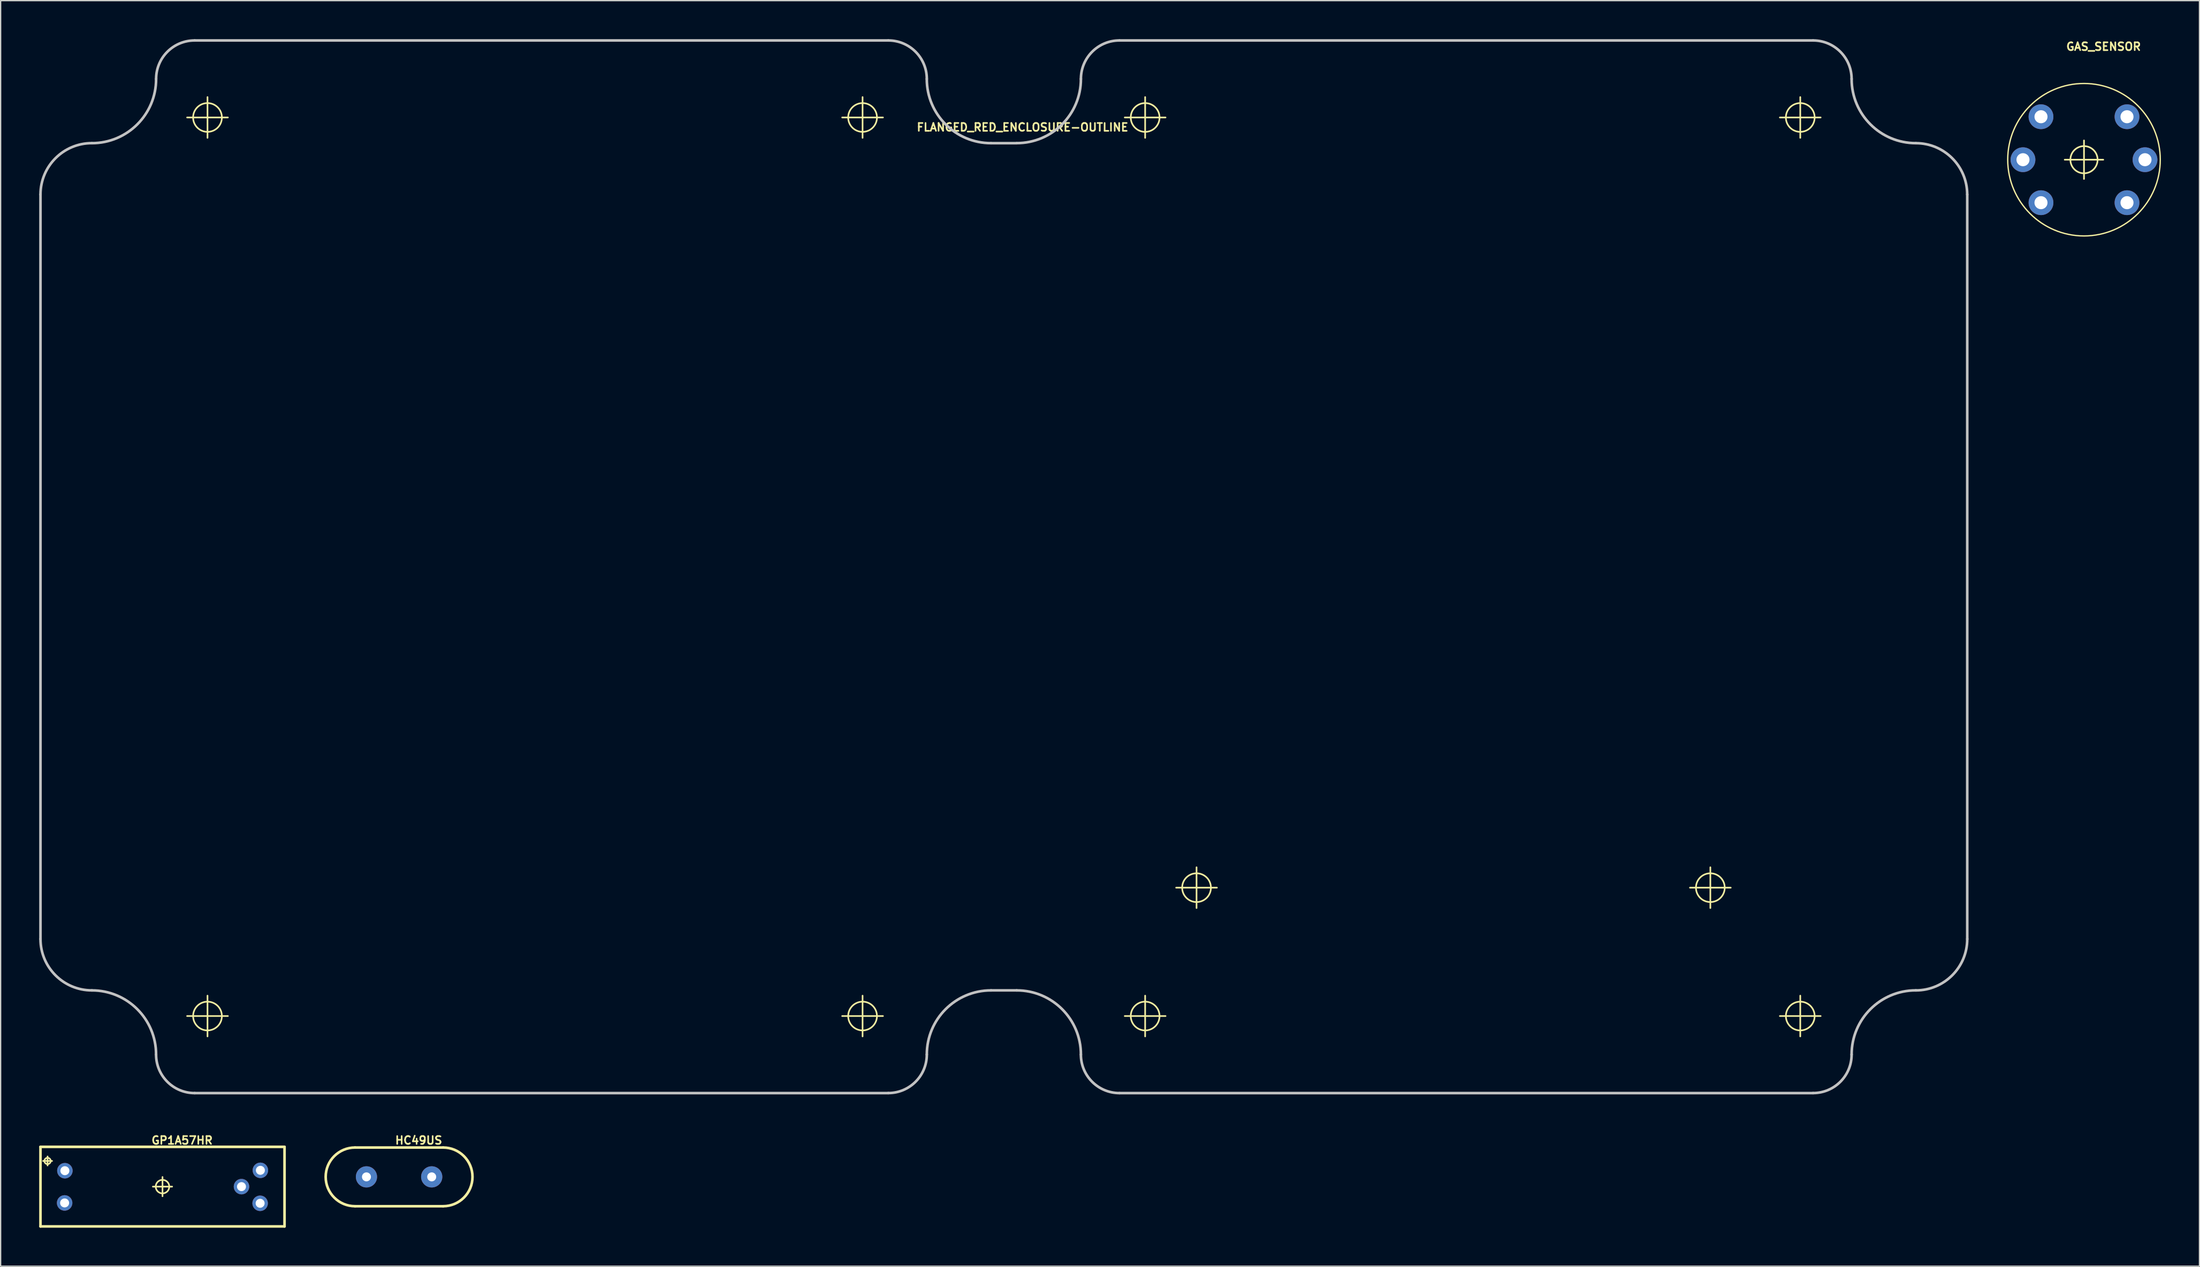
<source format=kicad_pcb>
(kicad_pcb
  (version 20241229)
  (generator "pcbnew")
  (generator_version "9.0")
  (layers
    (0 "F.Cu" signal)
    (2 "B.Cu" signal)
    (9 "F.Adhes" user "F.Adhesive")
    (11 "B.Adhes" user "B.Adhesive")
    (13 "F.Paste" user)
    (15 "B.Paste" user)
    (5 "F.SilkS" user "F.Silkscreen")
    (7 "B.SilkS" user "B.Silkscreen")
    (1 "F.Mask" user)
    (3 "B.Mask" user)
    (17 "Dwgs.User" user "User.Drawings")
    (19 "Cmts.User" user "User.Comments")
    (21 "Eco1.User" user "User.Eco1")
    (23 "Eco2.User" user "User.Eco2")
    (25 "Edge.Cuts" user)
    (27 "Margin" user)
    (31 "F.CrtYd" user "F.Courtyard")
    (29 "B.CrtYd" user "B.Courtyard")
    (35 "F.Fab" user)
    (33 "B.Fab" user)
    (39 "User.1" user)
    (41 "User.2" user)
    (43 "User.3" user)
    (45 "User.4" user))
  (footprint "GP1A57HR"
    (layer "F.Cu")
    (at 9.601 89.386)
    (property "Reference" "GP1A57HR" (at 1.524 -3.604 0) (layer "F.SilkS") (effects (font (size 0.61 0.61) (thickness 0.127))))
    (attr exclude_from_pos_files exclude_from_bom)
    (fp_line (start -9.5 -3.099) (end 9.5 -3.099) (stroke (width 0.203) (type solid)) (layer "F.SilkS"))
    (fp_line (start -9.5 3.099) (end -9.5 -3.099) (stroke (width 0.203) (type solid)) (layer "F.SilkS"))
    (fp_line (start -9.299 -1.999) (end -8.598 -1.999) (stroke (width 0.127) (type solid)) (layer "F.SilkS"))
    (fp_line (start -8.948 -1.648) (end -8.948 -2.349) (stroke (width 0.127) (type solid)) (layer "F.SilkS"))
    (fp_line (start -0.749 0) (end 0.749 0) (stroke (width 0.127) (type solid)) (layer "F.SilkS"))
    (fp_line (start 0 0.749) (end 0 -0.749) (stroke (width 0.127) (type solid)) (layer "F.SilkS"))
    (fp_line (start 9.5 -3.099) (end 9.5 3.099) (stroke (width 0.203) (type solid)) (layer "F.SilkS"))
    (fp_line (start 9.5 3.099) (end -9.5 3.099) (stroke (width 0.203) (type solid)) (layer "F.SilkS"))
    (fp_circle (center -8.948 -1.999) (end -9.121 -2.172) (stroke (width 0.127) (type solid)) (fill no) (layer "F.SilkS"))
    (fp_circle (center 0 0) (end -0.373 0.373) (stroke (width 0.127) (type solid)) (fill no) (layer "F.SilkS"))
    (pad "1" thru_hole circle (at -7.6 -1.24) (size 1.206 1.206) (drill 0.699) (layers "*.Cu" "*.Paste" "*.Mask"))
    (pad "2" thru_hole circle (at -7.62 1.27) (size 1.206 1.206) (drill 0.699) (layers "*.Cu" "*.Paste" "*.Mask"))
    (pad "3" thru_hole circle (at 7.6 1.298) (size 1.206 1.206) (drill 0.699) (layers "*.Cu" "*.Paste" "*.Mask"))
    (pad "4" thru_hole circle (at 6.149 0) (size 1.206 1.206) (drill 0.699) (layers "*.Cu" "*.Paste" "*.Mask"))
    (pad "5" thru_hole circle (at 7.62 -1.27) (size 1.206 1.206) (drill 0.699) (layers "*.Cu" "*.Paste" "*.Mask")))
  (footprint "HC49US"
    (layer "F.Cu")
    (at 28.019 88.626)
    (property "Reference" "HC49US" (at 1.524 -2.845 0) (layer "F.SilkS") (effects (font (size 0.61 0.61) (thickness 0.127))))
    (attr exclude_from_pos_files exclude_from_bom)
    (fp_line (start -3.429 2.286) (end 3.429 2.286) (stroke (width 0.203) (type solid)) (layer "F.SilkS"))
    (fp_line (start 3.429 -2.286) (end -3.429 -2.286) (stroke (width 0.203) (type solid)) (layer "F.SilkS"))
    (fp_arc (start -3.429 2.286) (mid -5.715 0) (end -3.429 -2.286) (stroke (width 0.2032) (type solid)) (layer "F.SilkS"))
    (fp_arc (start 3.429 -2.286) (mid 5.715 0) (end 3.429 2.286) (stroke (width 0.2032) (type solid)) (layer "F.SilkS"))
    (pad "1" thru_hole circle (at -2.54 0) (size 1.651 1.651) (drill 0.699) (layers "*.Cu" "*.Paste" "*.Mask"))
    (pad "2" thru_hole circle (at 2.54 0) (size 1.651 1.651) (drill 0.699) (layers "*.Cu" "*.Paste" "*.Mask")))
  (footprint "GAS_SENSOR"
    (layer "F.Cu")
    (at 159.191 9.391)
    (property "Reference" "GAS_SENSOR" (at 1.524 -8.811 0) (layer "F.SilkS") (effects (font (size 0.61 0.61) (thickness 0.127))))
    (attr exclude_from_pos_files exclude_from_bom)
    (fp_line (start -1.499 0) (end 1.499 0) (stroke (width 0.127) (type solid)) (layer "F.SilkS"))
    (fp_line (start 0 1.499) (end 0 -1.499) (stroke (width 0.127) (type solid)) (layer "F.SilkS"))
    (fp_circle (center 0 0) (end -4.199 4.199) (stroke (width 0.102) (type solid)) (fill no) (layer "F.SilkS"))
    (fp_circle (center 0 0) (end -0.749 0.749) (stroke (width 0.127) (type solid)) (fill no) (layer "F.SilkS"))
    (pad "A1" thru_hole circle (at -3.348 -3.348) (size 1.93 1.93) (drill 1.016) (layers "*.Cu" "*.Paste" "*.Mask"))
    (pad "A2" thru_hole circle (at -3.348 3.348) (size 1.93 1.93) (drill 1.016) (layers "*.Cu" "*.Paste" "*.Mask"))
    (pad "B1" thru_hole circle (at 3.348 -3.348) (size 1.93 1.93) (drill 1.016) (layers "*.Cu" "*.Paste" "*.Mask"))
    (pad "B2" thru_hole circle (at 3.348 3.348) (size 1.93 1.93) (drill 1.016) (layers "*.Cu" "*.Paste" "*.Mask"))
    (pad "HA" thru_hole circle (at -4.75 0) (size 1.93 1.93) (drill 1.016) (layers "*.Cu" "*.Paste" "*.Mask"))
    (pad "HB" thru_hole circle (at 4.75 0) (size 1.93 1.93) (drill 1.016) (layers "*.Cu" "*.Paste" "*.Mask")))
  (footprint "FLANGED_RED_ENCLOSURE-OUTLINE"
    (layer "F.Cu")
    (at 75.032 41.46)
    (property "Reference" "FLANGED_RED_ENCLOSURE-OUTLINE" (at 1.524 -34.595 0) (layer "F.SilkS") (effects (font (size 0.61 0.61) (thickness 0.127))))
    (attr exclude_from_pos_files exclude_from_bom)
    (fp_line (start -63.515 -35.359) (end -60.34 -35.359) (stroke (width 0.127) (type solid)) (layer "F.SilkS"))
    (fp_line (start -63.515 34.638) (end -60.34 34.638) (stroke (width 0.127) (type solid)) (layer "F.SilkS"))
    (fp_line (start -61.928 -33.772) (end -61.928 -36.947) (stroke (width 0.127) (type solid)) (layer "F.SilkS"))
    (fp_line (start -61.928 36.225) (end -61.928 33.05) (stroke (width 0.127) (type solid)) (layer "F.SilkS"))
    (fp_line (start -12.517 -35.359) (end -9.342 -35.359) (stroke (width 0.127) (type solid)) (layer "F.SilkS"))
    (fp_line (start -12.517 34.638) (end -9.342 34.638) (stroke (width 0.127) (type solid)) (layer "F.SilkS"))
    (fp_line (start -10.93 -33.772) (end -10.93 -36.947) (stroke (width 0.127) (type solid)) (layer "F.SilkS"))
    (fp_line (start -10.93 36.225) (end -10.93 33.05) (stroke (width 0.127) (type solid)) (layer "F.SilkS"))
    (fp_line (start 9.482 -35.359) (end 12.657 -35.359) (stroke (width 0.127) (type solid)) (layer "F.SilkS"))
    (fp_line (start 9.482 34.638) (end 12.657 34.638) (stroke (width 0.127) (type solid)) (layer "F.SilkS"))
    (fp_line (start 11.069 -33.772) (end 11.069 -36.947) (stroke (width 0.127) (type solid)) (layer "F.SilkS"))
    (fp_line (start 11.069 36.225) (end 11.069 33.05) (stroke (width 0.127) (type solid)) (layer "F.SilkS"))
    (fp_line (start 13.482 24.638) (end 16.657 24.638) (stroke (width 0.127) (type solid)) (layer "F.SilkS"))
    (fp_line (start 15.07 26.226) (end 15.07 23.05) (stroke (width 0.127) (type solid)) (layer "F.SilkS"))
    (fp_line (start 53.482 24.638) (end 56.657 24.638) (stroke (width 0.127) (type solid)) (layer "F.SilkS"))
    (fp_line (start 55.07 26.226) (end 55.07 23.05) (stroke (width 0.127) (type solid)) (layer "F.SilkS"))
    (fp_line (start 60.482 -35.359) (end 63.657 -35.359) (stroke (width 0.127) (type solid)) (layer "F.SilkS"))
    (fp_line (start 60.482 34.638) (end 63.657 34.638) (stroke (width 0.127) (type solid)) (layer "F.SilkS"))
    (fp_line (start 62.07 -33.772) (end 62.07 -36.947) (stroke (width 0.127) (type solid)) (layer "F.SilkS"))
    (fp_line (start 62.07 36.225) (end 62.07 33.05) (stroke (width 0.127) (type solid)) (layer "F.SilkS"))
    (fp_circle (center -61.928 -35.359) (end -62.72 -36.152) (stroke (width 0.127) (type solid)) (fill no) (layer "F.SilkS"))
    (fp_circle (center -61.928 34.638) (end -62.72 35.43) (stroke (width 0.127) (type solid)) (fill no) (layer "F.SilkS"))
    (fp_circle (center -10.93 -35.359) (end -11.722 -36.152) (stroke (width 0.127) (type solid)) (fill no) (layer "F.SilkS"))
    (fp_circle (center -10.93 34.638) (end -11.722 35.43) (stroke (width 0.127) (type solid)) (fill no) (layer "F.SilkS"))
    (fp_circle (center 11.069 -35.359) (end 11.862 -36.152) (stroke (width 0.127) (type solid)) (fill no) (layer "F.SilkS"))
    (fp_circle (center 11.069 34.638) (end 11.862 35.43) (stroke (width 0.127) (type solid)) (fill no) (layer "F.SilkS"))
    (fp_circle (center 15.07 24.638) (end 15.862 25.43) (stroke (width 0.127) (type solid)) (fill no) (layer "F.SilkS"))
    (fp_circle (center 55.07 24.638) (end 55.862 25.43) (stroke (width 0.127) (type solid)) (fill no) (layer "F.SilkS"))
    (fp_circle (center 62.07 -35.359) (end 62.862 -36.152) (stroke (width 0.127) (type solid)) (fill no) (layer "F.SilkS"))
    (fp_circle (center 62.07 34.638) (end 62.862 35.43) (stroke (width 0.127) (type solid)) (fill no) (layer "F.SilkS"))
    (fp_line (start -74.93 -29.36) (end -74.93 28.639) (stroke (width 0.203) (type solid)) (layer "Dwgs.User"))
    (fp_line (start -62.928 40.64) (end -8.928 40.64) (stroke (width 0.203) (type solid)) (layer "Dwgs.User"))
    (fp_line (start -8.928 -41.359) (end -62.928 -41.359) (stroke (width 0.203) (type solid)) (layer "Dwgs.User"))
    (fp_line (start -0.93 -33.358) (end 1.069 -33.358) (stroke (width 0.203) (type solid)) (layer "Dwgs.User"))
    (fp_line (start -0.93 32.639) (end 1.069 32.639) (stroke (width 0.203) (type solid)) (layer "Dwgs.User"))
    (fp_line (start 9.068 40.64) (end 63.068 40.64) (stroke (width 0.203) (type solid)) (layer "Dwgs.User"))
    (fp_line (start 63.068 -41.359) (end 9.068 -41.359) (stroke (width 0.203) (type solid)) (layer "Dwgs.User"))
    (fp_line (start 75.07 28.639) (end 75.07 -29.36) (stroke (width 0.203) (type solid)) (layer "Dwgs.User"))
    (fp_arc (start -74.93 -29.35986) (mid -73.758281 -32.188641) (end -70.9295 -33.36036) (stroke (width 0.2032) (type solid)) (layer "Dwgs.User"))
    (fp_arc (start -70.9295 32.639) (mid -73.758281 31.467281) (end -74.93 28.6385) (stroke (width 0.2032) (type solid)) (layer "Dwgs.User"))
    (fp_arc (start -70.9295 32.639) (mid -67.394871 34.103091) (end -65.93078 37.63772) (stroke (width 0.2032) (type solid)) (layer "Dwgs.User"))
    (fp_arc (start -65.92824 -38.35908) (mid -67.393075 -34.822655) (end -70.9295 -33.35782) (stroke (width 0.2032) (type solid)) (layer "Dwgs.User"))
    (fp_arc (start -65.92824 -38.35908) (mid -65.049636 -40.480216) (end -62.9285 -41.35882) (stroke (width 0.2032) (type solid)) (layer "Dwgs.User"))
    (fp_arc (start -62.9285 40.64) (mid -65.051433 39.760653) (end -65.93078 37.63772) (stroke (width 0.2032) (type solid)) (layer "Dwgs.User"))
    (fp_arc (start -8.9281 -41.35882) (mid -6.806964 -40.480216) (end -5.92836 -38.35908) (stroke (width 0.2032) (type solid)) (layer "Dwgs.User"))
    (fp_arc (start -5.92836 37.63772) (mid -6.806964 39.758856) (end -8.9281 40.63746) (stroke (width 0.2032) (type solid)) (layer "Dwgs.User"))
    (fp_arc (start -5.92836 37.63772) (mid -4.464269 34.103091) (end -0.92964 32.639) (stroke (width 0.2032) (type solid)) (layer "Dwgs.User"))
    (fp_arc (start -0.92964 -33.35782) (mid -4.466065 -34.822655) (end -5.9309 -38.35908) (stroke (width 0.2032) (type solid)) (layer "Dwgs.User"))
    (fp_arc (start 1.06934 32.639) (mid 4.603969 34.103091) (end 6.06806 37.63772) (stroke (width 0.2032) (type solid)) (layer "Dwgs.User"))
    (fp_arc (start 6.06806 -38.35908) (mid 4.603969 -34.824451) (end 1.06934 -33.36036) (stroke (width 0.2032) (type solid)) (layer "Dwgs.User"))
    (fp_arc (start 6.06806 -38.35908) (mid 6.946664 -40.480216) (end 9.0678 -41.35882) (stroke (width 0.2032) (type solid)) (layer "Dwgs.User"))
    (fp_arc (start 9.0678 40.64) (mid 6.944867 39.760653) (end 6.06552 37.63772) (stroke (width 0.2032) (type solid)) (layer "Dwgs.User"))
    (fp_arc (start 63.0682 -41.35882) (mid 65.189336 -40.480216) (end 66.06794 -38.35908) (stroke (width 0.2032) (type solid)) (layer "Dwgs.User"))
    (fp_arc (start 66.06794 37.63772) (mid 65.189336 39.758856) (end 63.0682 40.63746) (stroke (width 0.2032) (type solid)) (layer "Dwgs.User"))
    (fp_arc (start 66.06794 37.63772) (mid 67.532775 34.101295) (end 71.0692 32.63646) (stroke (width 0.2032) (type solid)) (layer "Dwgs.User"))
    (fp_arc (start 71.0692 -33.35782) (mid 67.532775 -34.822655) (end 66.06794 -38.35908) (stroke (width 0.2032) (type solid)) (layer "Dwgs.User"))
    (fp_arc (start 71.0692 -33.35782) (mid 73.896185 -32.186845) (end 75.06716 -29.35986) (stroke (width 0.2032) (type solid)) (layer "Dwgs.User"))
    (fp_arc (start 75.0697 28.6385) (mid 73.897981 31.467281) (end 71.0692 32.639) (stroke (width 0.2032) (type solid)) (layer "Dwgs.User")))
  (gr_rect
    (start -3 -3)
    (end 168.18 95.586)
    (stroke (width 0.1) (type default))
    (fill no)
    (layer "Edge.Cuts")))
</source>
